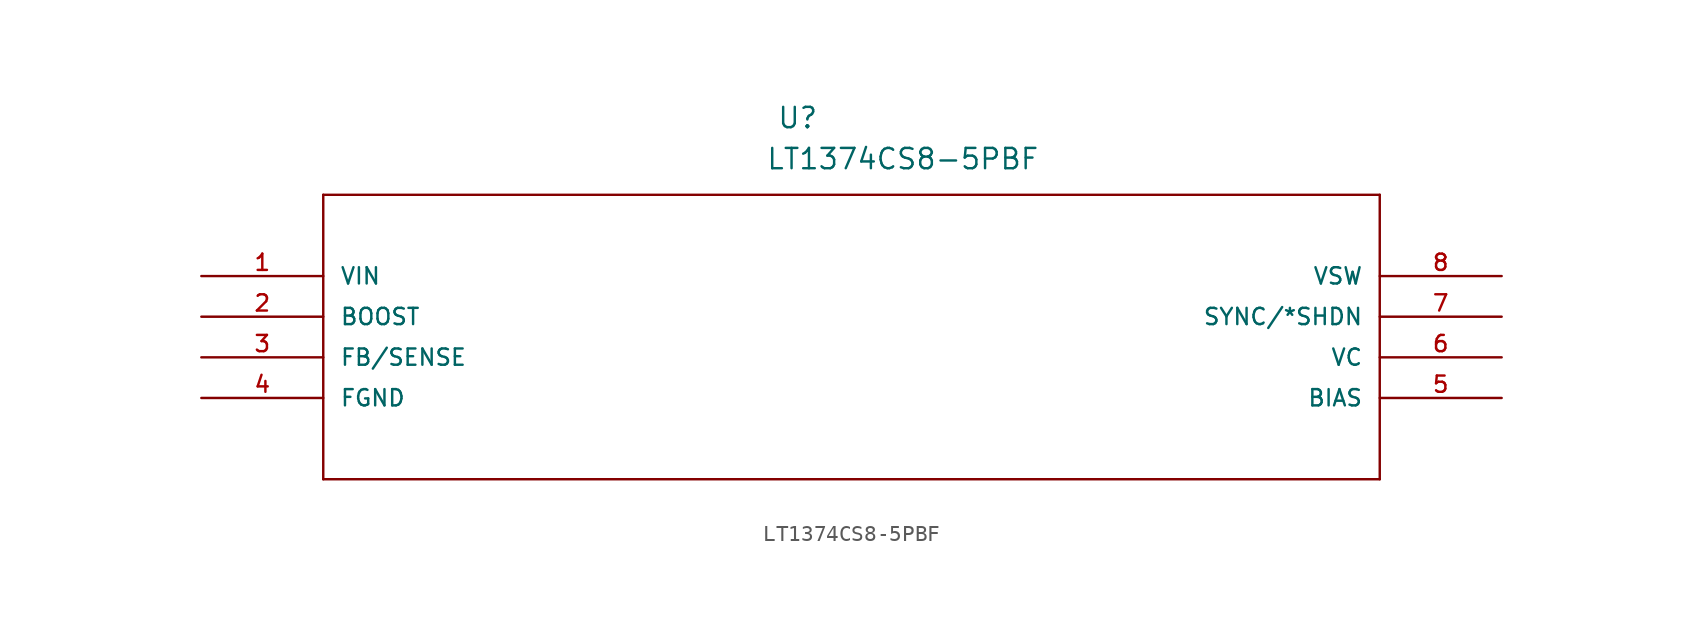
<source format=kicad_sym>
(kicad_symbol_lib
  (version 20241209)
  (generator "kicad_symbol_editor")
  (generator_version "9.0")
  (symbol "LT1374CS8-5PBF"
    (pin_names
      (offset 1.016))
    (property "Reference" "U"
      (at 35.966 9.144 0)
      (effects (font (size 1.27 1.27)) (justify left bottom)))
    (property "Value" "LT1374CS8-5PBF"
      (at 35.281 6.579 0)
      (effects (font (size 1.27 1.27)) (justify left bottom)))
    (property "ki_locked" ""
      (at 0 0 0)
      (effects (font (size 1.27 1.27))))
    (symbol "LT1374CS8-5PBF_0_0"
      (polyline (pts (xy 7.62 5.08) (xy 7.62 -12.7)) (stroke (width 0.152) (type solid)) (fill (type none)))
      (polyline (pts (xy 7.62 -12.7) (xy 73.66 -12.7)) (stroke (width 0.152) (type solid)) (fill (type none)))
      (polyline (pts (xy 73.66 5.08) (xy 7.62 5.08)) (stroke (width 0.152) (type solid)) (fill (type none)))
      (polyline (pts (xy 73.66 -12.7) (xy 73.66 5.08)) (stroke (width 0.152) (type solid)) (fill (type none)))
      (pin input line (at 0 0 0) (length 7.62) (name "VIN" (effects (font (size 1.016 1.016)))) (number "1" (effects (font (size 1.016 1.016)))))
      (pin input line (at 0 -2.54 0) (length 7.62) (name "BOOST" (effects (font (size 1.016 1.016)))) (number "2" (effects (font (size 1.016 1.016)))))
      (pin input line (at 0 -5.08 0) (length 7.62) (name "FB/SENSE" (effects (font (size 1.016 1.016)))) (number "3" (effects (font (size 1.016 1.016)))))
      (pin power_in line (at 0 -7.62 0) (length 7.62) (name "FGND" (effects (font (size 1.016 1.016)))) (number "4" (effects (font (size 1.016 1.016)))))
      (pin input line (at 81.28 0 180) (length 7.62) (name "VSW" (effects (font (size 1.016 1.016)))) (number "8" (effects (font (size 1.016 1.016)))))
      (pin output line (at 81.28 -5.08 180) (length 7.62) (name "VC" (effects (font (size 1.016 1.016)))) (number "6" (effects (font (size 1.016 1.016)))))
      (pin input line (at 81.28 -7.62 180) (length 7.62) (name "BIAS" (effects (font (size 1.016 1.016)))) (number "5" (effects (font (size 1.016 1.016))))))
    (symbol "LT1374CS8-5PBF_1_0"
      (pin passive line (at 81.28 -2.54 180) (length 7.62) (name "SYNC/*SHDN" (effects (font (size 1.016 1.016)))) (number "7" (effects (font (size 1.016 1.016))))))))
</source>
